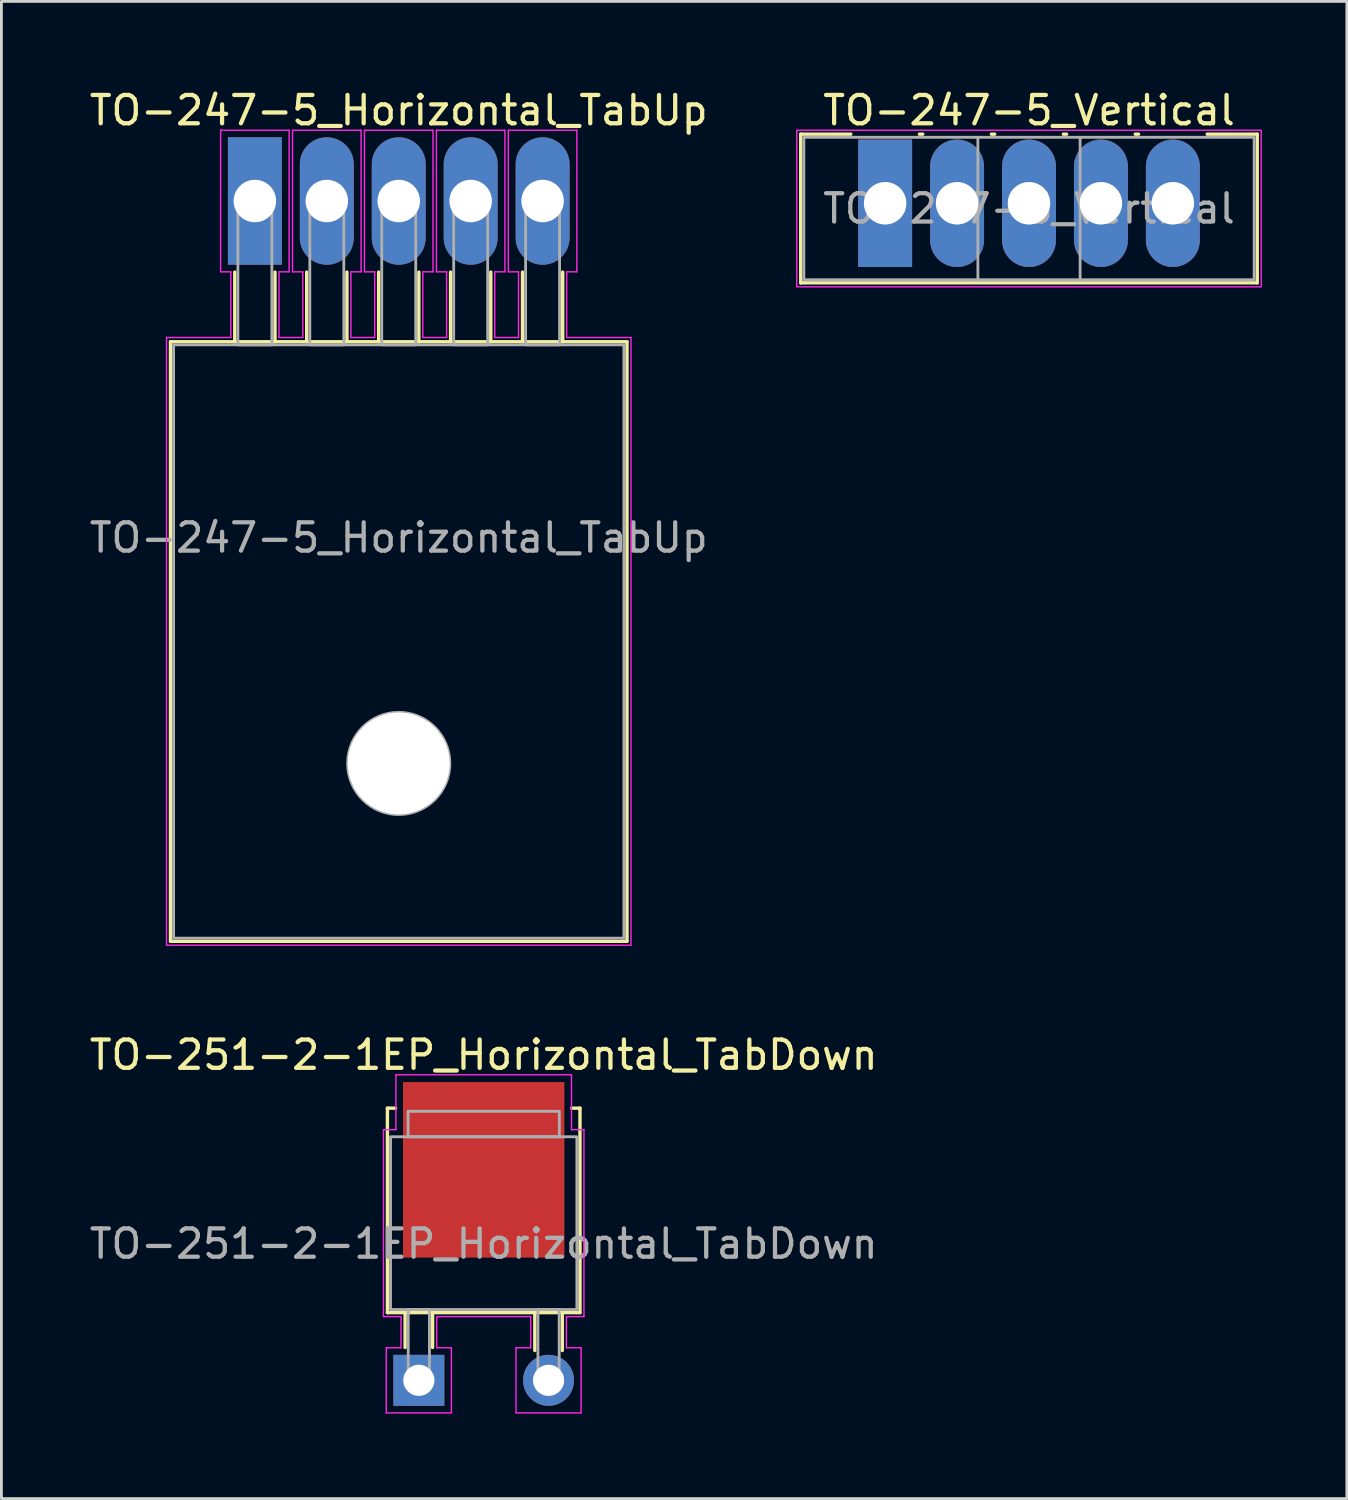
<source format=kicad_pcb>
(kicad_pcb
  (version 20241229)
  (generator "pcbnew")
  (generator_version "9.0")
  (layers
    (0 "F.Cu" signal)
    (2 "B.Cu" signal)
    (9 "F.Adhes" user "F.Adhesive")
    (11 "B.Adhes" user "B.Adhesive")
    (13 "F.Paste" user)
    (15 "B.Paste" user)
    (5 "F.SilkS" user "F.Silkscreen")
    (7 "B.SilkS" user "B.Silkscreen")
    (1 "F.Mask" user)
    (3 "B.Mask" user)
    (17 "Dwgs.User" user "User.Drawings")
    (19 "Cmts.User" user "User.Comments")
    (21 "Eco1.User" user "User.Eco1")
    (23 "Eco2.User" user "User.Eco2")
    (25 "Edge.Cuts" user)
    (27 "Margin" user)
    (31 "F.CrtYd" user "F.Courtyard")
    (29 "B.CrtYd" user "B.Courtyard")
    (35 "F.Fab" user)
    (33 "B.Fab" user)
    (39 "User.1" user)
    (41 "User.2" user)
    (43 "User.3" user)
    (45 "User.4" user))
  (footprint "TO-247-5_Vertical"
    (layer "F.Cu")
    (at 28.205 4.128)
    (property "Reference" "TO-247-5_Vertical" (at 5.08 -3.28 0) (layer "F.SilkS") (effects (font (size 1 1) (thickness 0.15))))
    (attr through_hole)
    (fp_line (start -2.98 -2.44) (end -1.212 -2.44) (stroke (width 0.12) (type solid)) (layer "F.SilkS"))
    (fp_line (start -2.98 2.81) (end -2.98 -2.44) (stroke (width 0.12) (type solid)) (layer "F.SilkS"))
    (fp_line (start 1.212 -2.44) (end 1.328 -2.44) (stroke (width 0.12) (type solid)) (layer "F.SilkS"))
    (fp_line (start 3.753 -2.44) (end 3.868 -2.44) (stroke (width 0.12) (type solid)) (layer "F.SilkS"))
    (fp_line (start 6.293 -2.44) (end 6.408 -2.44) (stroke (width 0.12) (type solid)) (layer "F.SilkS"))
    (fp_line (start 8.832 -2.44) (end 8.948 -2.44) (stroke (width 0.12) (type solid)) (layer "F.SilkS"))
    (fp_line (start 11.372 -2.44) (end 13.14 -2.44) (stroke (width 0.12) (type solid)) (layer "F.SilkS"))
    (fp_line (start 13.14 -2.44) (end 13.14 2.81) (stroke (width 0.12) (type solid)) (layer "F.SilkS"))
    (fp_line (start 13.14 2.81) (end -2.98 2.81) (stroke (width 0.12) (type solid)) (layer "F.SilkS"))
    (fp_rect (start -3.12 -2.58) (end 13.28 2.95) (stroke (width 0.05) (type solid)) (fill no) (layer "F.CrtYd"))
    (fp_line (start 3.275 -2.33) (end 3.275 2.7) (stroke (width 0.1) (type solid)) (layer "F.Fab"))
    (fp_line (start 6.885 -2.33) (end 6.885 2.7) (stroke (width 0.1) (type solid)) (layer "F.Fab"))
    (fp_rect (start -2.87 -2.33) (end 13.03 2.7) (stroke (width 0.1) (type solid)) (fill no) (layer "F.Fab"))
    (fp_text user "${REFERENCE}" (at 5.08 0.19 0) (layer "F.Fab") (effects (font (size 1 1) (thickness 0.15))))
    (pad "1" thru_hole rect (at 0 0) (size 1.905 4.5) (drill 1.5) (layers "*.Cu" "*.Mask"))
    (pad "2" thru_hole oval (at 2.54 0) (size 1.905 4.5) (drill 1.5) (layers "*.Cu" "*.Mask"))
    (pad "3" thru_hole oval (at 5.08 0) (size 1.905 4.5) (drill 1.5) (layers "*.Cu" "*.Mask"))
    (pad "4" thru_hole oval (at 7.62 0) (size 1.905 4.5) (drill 1.5) (layers "*.Cu" "*.Mask"))
    (pad "5" thru_hole oval (at 10.16 0) (size 1.905 4.5) (drill 1.5) (layers "*.Cu" "*.Mask")))
  (footprint "TO-251-2-1EP_Horizontal_TabDown"
    (layer "F.Cu")
    (at 11.74 45.691)
    (property "Reference" "TO-251-2-1EP_Horizontal_TabDown" (at 2.29 -11.49 0) (layer "F.SilkS") (effects (font (size 1 1) (thickness 0.15))))
    (attr through_hole)
    (fp_line (start -1.11 -9.61) (end -0.82 -9.61) (stroke (width 0.12) (type solid)) (layer "F.SilkS"))
    (fp_line (start -1.11 -2.39) (end -1.11 -9.61) (stroke (width 0.12) (type solid)) (layer "F.SilkS"))
    (fp_line (start -1.11 -2.39) (end 5.69 -2.39) (stroke (width 0.12) (type solid)) (layer "F.SilkS"))
    (fp_line (start -0.485 -2.39) (end -0.485 -1.16) (stroke (width 0.12) (type solid)) (layer "F.SilkS"))
    (fp_line (start 0.485 -2.39) (end 0.485 -1.16) (stroke (width 0.12) (type solid)) (layer "F.SilkS"))
    (fp_line (start 4.095 -2.39) (end 4.095 -1.054) (stroke (width 0.12) (type solid)) (layer "F.SilkS"))
    (fp_line (start 5.065 -2.39) (end 5.065 -1.054) (stroke (width 0.12) (type solid)) (layer "F.SilkS"))
    (fp_line (start 5.4 -9.61) (end 5.69 -9.61) (stroke (width 0.12) (type solid)) (layer "F.SilkS"))
    (fp_line (start 5.69 -2.39) (end 5.69 -9.61) (stroke (width 0.12) (type solid)) (layer "F.SilkS"))
    (fp_line (start -1.25 -8.85) (end -0.81 -8.85) (stroke (width 0.05) (type solid)) (layer "F.CrtYd"))
    (fp_line (start -1.25 -2.25) (end -1.25 -8.85) (stroke (width 0.05) (type solid)) (layer "F.CrtYd"))
    (fp_line (start -1.15 -1.15) (end -0.63 -1.15) (stroke (width 0.05) (type solid)) (layer "F.CrtYd"))
    (fp_line (start -1.15 1.15) (end -1.15 -1.15) (stroke (width 0.05) (type solid)) (layer "F.CrtYd"))
    (fp_line (start -0.81 -10.79) (end 5.39 -10.79) (stroke (width 0.05) (type solid)) (layer "F.CrtYd"))
    (fp_line (start -0.81 -8.85) (end -0.81 -10.79) (stroke (width 0.05) (type solid)) (layer "F.CrtYd"))
    (fp_line (start -0.63 -2.25) (end -1.25 -2.25) (stroke (width 0.05) (type solid)) (layer "F.CrtYd"))
    (fp_line (start -0.63 -1.15) (end -0.63 -2.25) (stroke (width 0.05) (type solid)) (layer "F.CrtYd"))
    (fp_line (start 0.63 -2.25) (end 0.63 -1.15) (stroke (width 0.05) (type solid)) (layer "F.CrtYd"))
    (fp_line (start 0.63 -1.15) (end 1.15 -1.15) (stroke (width 0.05) (type solid)) (layer "F.CrtYd"))
    (fp_line (start 1.15 -1.15) (end 1.15 1.15) (stroke (width 0.05) (type solid)) (layer "F.CrtYd"))
    (fp_line (start 1.15 1.15) (end -1.15 1.15) (stroke (width 0.05) (type solid)) (layer "F.CrtYd"))
    (fp_line (start 3.43 -1.15) (end 3.95 -1.15) (stroke (width 0.05) (type solid)) (layer "F.CrtYd"))
    (fp_line (start 3.43 1.15) (end 3.43 -1.15) (stroke (width 0.05) (type solid)) (layer "F.CrtYd"))
    (fp_line (start 3.95 -2.25) (end 0.63 -2.25) (stroke (width 0.05) (type solid)) (layer "F.CrtYd"))
    (fp_line (start 3.95 -1.15) (end 3.95 -2.25) (stroke (width 0.05) (type solid)) (layer "F.CrtYd"))
    (fp_line (start 5.21 -2.25) (end 5.21 -1.15) (stroke (width 0.05) (type solid)) (layer "F.CrtYd"))
    (fp_line (start 5.21 -1.15) (end 5.73 -1.15) (stroke (width 0.05) (type solid)) (layer "F.CrtYd"))
    (fp_line (start 5.39 -10.79) (end 5.39 -8.85) (stroke (width 0.05) (type solid)) (layer "F.CrtYd"))
    (fp_line (start 5.39 -8.85) (end 5.83 -8.85) (stroke (width 0.05) (type solid)) (layer "F.CrtYd"))
    (fp_line (start 5.73 -1.15) (end 5.73 1.15) (stroke (width 0.05) (type solid)) (layer "F.CrtYd"))
    (fp_line (start 5.73 1.15) (end 3.43 1.15) (stroke (width 0.05) (type solid)) (layer "F.CrtYd"))
    (fp_line (start 5.83 -8.85) (end 5.83 -2.25) (stroke (width 0.05) (type solid)) (layer "F.CrtYd"))
    (fp_line (start 5.83 -2.25) (end 5.21 -2.25) (stroke (width 0.05) (type solid)) (layer "F.CrtYd"))
    (fp_rect (start -1 -8.6) (end 5.58 -2.5) (stroke (width 0.1) (type solid)) (fill no) (layer "F.Fab"))
    (fp_rect (start -0.38 -9.5) (end 4.96 -8.6) (stroke (width 0.1) (type solid)) (fill no) (layer "F.Fab"))
    (fp_rect (start -0.375 -2.5) (end 0.375 0) (stroke (width 0.1) (type solid)) (fill no) (layer "F.Fab"))
    (fp_rect (start 4.205 -2.5) (end 4.955 0) (stroke (width 0.1) (type solid)) (fill no) (layer "F.Fab"))
    (fp_text user "${REFERENCE}" (at 2.29 -4.82 0) (layer "F.Fab") (effects (font (size 1 1) (thickness 0.15))))
    (pad "1" thru_hole rect (at 0 0) (size 1.8 1.8) (drill 1.1) (layers "*.Cu" "*.Mask"))
    (pad "2" thru_hole circle (at 4.58 0) (size 1.8 1.8) (drill 1.1) (layers "*.Cu" "*.Mask"))
    (pad "3" smd rect (at 2.29 -7.433) (size 5.7 6.2) (layers "F.Cu" "F.Mask" "F.Paste")))
  (footprint "TO-247-5_Horizontal_TabUp"
    (layer "F.Cu")
    (at 5.95 4.048)
    (property "Reference" "TO-247-5_Horizontal_TabUp" (at 5.08 -3.2 0) (layer "F.SilkS") (effects (font (size 1 1) (thickness 0.15))))
    (attr through_hole)
    (fp_line (start -2.98 4.97) (end -2.98 26.14) (stroke (width 0.12) (type solid)) (layer "F.SilkS"))
    (fp_line (start -2.98 4.97) (end 13.14 4.97) (stroke (width 0.12) (type solid)) (layer "F.SilkS"))
    (fp_line (start -2.98 26.14) (end 13.14 26.14) (stroke (width 0.12) (type solid)) (layer "F.SilkS"))
    (fp_line (start -0.71 4.97) (end -0.71 2.51) (stroke (width 0.12) (type solid)) (layer "F.SilkS"))
    (fp_line (start 0.71 4.97) (end 0.71 2.51) (stroke (width 0.12) (type solid)) (layer "F.SilkS"))
    (fp_line (start 1.83 4.97) (end 1.83 2.51) (stroke (width 0.12) (type solid)) (layer "F.SilkS"))
    (fp_line (start 3.25 4.97) (end 3.25 2.51) (stroke (width 0.12) (type solid)) (layer "F.SilkS"))
    (fp_line (start 4.37 4.97) (end 4.37 2.51) (stroke (width 0.12) (type solid)) (layer "F.SilkS"))
    (fp_line (start 5.79 4.97) (end 5.79 2.51) (stroke (width 0.12) (type solid)) (layer "F.SilkS"))
    (fp_line (start 6.91 4.97) (end 6.91 2.51) (stroke (width 0.12) (type solid)) (layer "F.SilkS"))
    (fp_line (start 8.33 4.97) (end 8.33 2.51) (stroke (width 0.12) (type solid)) (layer "F.SilkS"))
    (fp_line (start 9.45 4.97) (end 9.45 2.51) (stroke (width 0.12) (type solid)) (layer "F.SilkS"))
    (fp_line (start 10.87 4.97) (end 10.87 2.51) (stroke (width 0.12) (type solid)) (layer "F.SilkS"))
    (fp_line (start 13.14 4.97) (end 13.14 26.14) (stroke (width 0.12) (type solid)) (layer "F.SilkS"))
    (fp_line (start -3.12 4.82) (end -0.85 4.82) (stroke (width 0.05) (type solid)) (layer "F.CrtYd"))
    (fp_line (start -3.12 26.28) (end -3.12 4.82) (stroke (width 0.05) (type solid)) (layer "F.CrtYd"))
    (fp_line (start -1.21 -2.5) (end 1.21 -2.5) (stroke (width 0.05) (type solid)) (layer "F.CrtYd"))
    (fp_line (start -1.21 2.5) (end -1.21 -2.5) (stroke (width 0.05) (type solid)) (layer "F.CrtYd"))
    (fp_line (start -0.85 2.5) (end -1.21 2.5) (stroke (width 0.05) (type solid)) (layer "F.CrtYd"))
    (fp_line (start -0.85 4.82) (end -0.85 2.5) (stroke (width 0.05) (type solid)) (layer "F.CrtYd"))
    (fp_line (start 0.85 2.5) (end 0.85 4.82) (stroke (width 0.05) (type solid)) (layer "F.CrtYd"))
    (fp_line (start 0.85 4.82) (end 1.69 4.82) (stroke (width 0.05) (type solid)) (layer "F.CrtYd"))
    (fp_line (start 1.21 -2.5) (end 1.21 2.5) (stroke (width 0.05) (type solid)) (layer "F.CrtYd"))
    (fp_line (start 1.21 2.5) (end 0.85 2.5) (stroke (width 0.05) (type solid)) (layer "F.CrtYd"))
    (fp_line (start 1.33 -2.5) (end 3.75 -2.5) (stroke (width 0.05) (type solid)) (layer "F.CrtYd"))
    (fp_line (start 1.33 2.5) (end 1.33 -2.5) (stroke (width 0.05) (type solid)) (layer "F.CrtYd"))
    (fp_line (start 1.69 2.5) (end 1.33 2.5) (stroke (width 0.05) (type solid)) (layer "F.CrtYd"))
    (fp_line (start 1.69 4.82) (end 1.69 2.5) (stroke (width 0.05) (type solid)) (layer "F.CrtYd"))
    (fp_line (start 3.39 2.5) (end 3.39 4.82) (stroke (width 0.05) (type solid)) (layer "F.CrtYd"))
    (fp_line (start 3.39 4.82) (end 4.23 4.82) (stroke (width 0.05) (type solid)) (layer "F.CrtYd"))
    (fp_line (start 3.75 -2.5) (end 3.75 2.5) (stroke (width 0.05) (type solid)) (layer "F.CrtYd"))
    (fp_line (start 3.75 2.5) (end 3.39 2.5) (stroke (width 0.05) (type solid)) (layer "F.CrtYd"))
    (fp_line (start 3.87 -2.5) (end 6.29 -2.5) (stroke (width 0.05) (type solid)) (layer "F.CrtYd"))
    (fp_line (start 3.87 2.5) (end 3.87 -2.5) (stroke (width 0.05) (type solid)) (layer "F.CrtYd"))
    (fp_line (start 4.23 2.5) (end 3.87 2.5) (stroke (width 0.05) (type solid)) (layer "F.CrtYd"))
    (fp_line (start 4.23 4.82) (end 4.23 2.5) (stroke (width 0.05) (type solid)) (layer "F.CrtYd"))
    (fp_line (start 5.93 2.5) (end 5.93 4.82) (stroke (width 0.05) (type solid)) (layer "F.CrtYd"))
    (fp_line (start 5.93 4.82) (end 6.77 4.82) (stroke (width 0.05) (type solid)) (layer "F.CrtYd"))
    (fp_line (start 6.29 -2.5) (end 6.29 2.5) (stroke (width 0.05) (type solid)) (layer "F.CrtYd"))
    (fp_line (start 6.29 2.5) (end 5.93 2.5) (stroke (width 0.05) (type solid)) (layer "F.CrtYd"))
    (fp_line (start 6.41 -2.5) (end 8.83 -2.5) (stroke (width 0.05) (type solid)) (layer "F.CrtYd"))
    (fp_line (start 6.41 2.5) (end 6.41 -2.5) (stroke (width 0.05) (type solid)) (layer "F.CrtYd"))
    (fp_line (start 6.77 2.5) (end 6.41 2.5) (stroke (width 0.05) (type solid)) (layer "F.CrtYd"))
    (fp_line (start 6.77 4.82) (end 6.77 2.5) (stroke (width 0.05) (type solid)) (layer "F.CrtYd"))
    (fp_line (start 8.47 2.5) (end 8.47 4.82) (stroke (width 0.05) (type solid)) (layer "F.CrtYd"))
    (fp_line (start 8.47 4.82) (end 9.31 4.82) (stroke (width 0.05) (type solid)) (layer "F.CrtYd"))
    (fp_line (start 8.83 -2.5) (end 8.83 2.5) (stroke (width 0.05) (type solid)) (layer "F.CrtYd"))
    (fp_line (start 8.83 2.5) (end 8.47 2.5) (stroke (width 0.05) (type solid)) (layer "F.CrtYd"))
    (fp_line (start 8.95 -2.5) (end 11.37 -2.5) (stroke (width 0.05) (type solid)) (layer "F.CrtYd"))
    (fp_line (start 8.95 2.5) (end 8.95 -2.5) (stroke (width 0.05) (type solid)) (layer "F.CrtYd"))
    (fp_line (start 9.31 2.5) (end 8.95 2.5) (stroke (width 0.05) (type solid)) (layer "F.CrtYd"))
    (fp_line (start 9.31 4.82) (end 9.31 2.5) (stroke (width 0.05) (type solid)) (layer "F.CrtYd"))
    (fp_line (start 11.01 2.5) (end 11.01 4.82) (stroke (width 0.05) (type solid)) (layer "F.CrtYd"))
    (fp_line (start 11.01 4.82) (end 13.28 4.82) (stroke (width 0.05) (type solid)) (layer "F.CrtYd"))
    (fp_line (start 11.37 -2.5) (end 11.37 2.5) (stroke (width 0.05) (type solid)) (layer "F.CrtYd"))
    (fp_line (start 11.37 2.5) (end 11.01 2.5) (stroke (width 0.05) (type solid)) (layer "F.CrtYd"))
    (fp_line (start 13.28 4.82) (end 13.28 26.28) (stroke (width 0.05) (type solid)) (layer "F.CrtYd"))
    (fp_line (start 13.28 26.28) (end -3.12 26.28) (stroke (width 0.05) (type solid)) (layer "F.CrtYd"))
    (fp_rect (start -2.87 5.08) (end 13.03 26.03) (stroke (width 0.1) (type solid)) (fill no) (layer "F.Fab"))
    (fp_rect (start -0.6 0) (end 0.6 5.08) (stroke (width 0.1) (type solid)) (fill no) (layer "F.Fab"))
    (fp_rect (start 1.94 0) (end 3.14 5.08) (stroke (width 0.1) (type solid)) (fill no) (layer "F.Fab"))
    (fp_rect (start 4.48 0) (end 5.68 5.08) (stroke (width 0.1) (type solid)) (fill no) (layer "F.Fab"))
    (fp_rect (start 7.02 0) (end 8.22 5.08) (stroke (width 0.1) (type solid)) (fill no) (layer "F.Fab"))
    (fp_rect (start 9.56 0) (end 10.76 5.08) (stroke (width 0.1) (type solid)) (fill no) (layer "F.Fab"))
    (fp_circle (center 5.08 19.86) (end 6.885 19.86) (stroke (width 0.1) (type solid)) (fill no) (layer "F.Fab"))
    (fp_text user "${REFERENCE}" (at 5.08 11.89 0) (layer "F.Fab") (effects (font (size 1 1) (thickness 0.15))))
    (pad "" np_thru_hole circle (at 5.08 19.86) (size 3.6 3.6) (drill 3.6) (layers "*.Cu" "*.Mask"))
    (pad "1" thru_hole rect (at 0 0) (size 1.905 4.5) (drill 1.5) (layers "*.Cu" "*.Mask"))
    (pad "2" thru_hole oval (at 2.54 0) (size 1.905 4.5) (drill 1.5) (layers "*.Cu" "*.Mask"))
    (pad "3" thru_hole oval (at 5.08 0) (size 1.905 4.5) (drill 1.5) (layers "*.Cu" "*.Mask"))
    (pad "4" thru_hole oval (at 7.62 0) (size 1.905 4.5) (drill 1.5) (layers "*.Cu" "*.Mask"))
    (pad "5" thru_hole oval (at 10.16 0) (size 1.905 4.5) (drill 1.5) (layers "*.Cu" "*.Mask")))
  (gr_rect
    (start -3 -3)
    (end 44.51 49.867)
    (stroke (width 0.1) (type default))
    (fill no)
    (layer "Edge.Cuts")))
</source>
